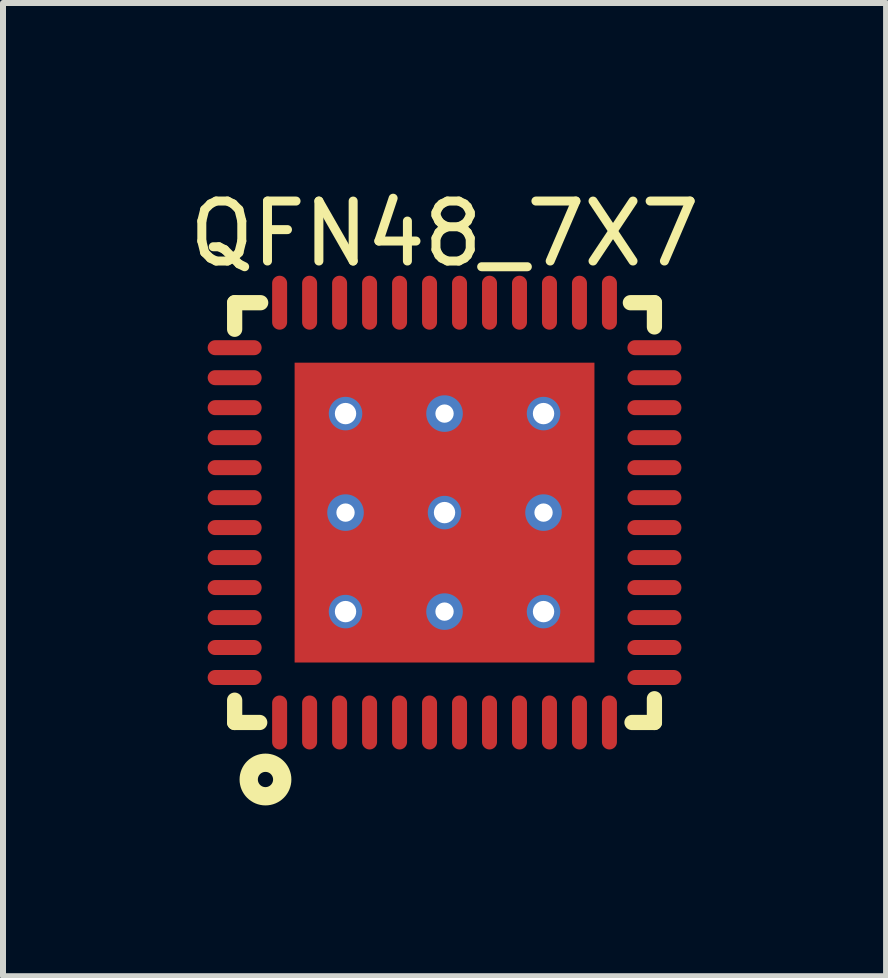
<source format=kicad_pcb>
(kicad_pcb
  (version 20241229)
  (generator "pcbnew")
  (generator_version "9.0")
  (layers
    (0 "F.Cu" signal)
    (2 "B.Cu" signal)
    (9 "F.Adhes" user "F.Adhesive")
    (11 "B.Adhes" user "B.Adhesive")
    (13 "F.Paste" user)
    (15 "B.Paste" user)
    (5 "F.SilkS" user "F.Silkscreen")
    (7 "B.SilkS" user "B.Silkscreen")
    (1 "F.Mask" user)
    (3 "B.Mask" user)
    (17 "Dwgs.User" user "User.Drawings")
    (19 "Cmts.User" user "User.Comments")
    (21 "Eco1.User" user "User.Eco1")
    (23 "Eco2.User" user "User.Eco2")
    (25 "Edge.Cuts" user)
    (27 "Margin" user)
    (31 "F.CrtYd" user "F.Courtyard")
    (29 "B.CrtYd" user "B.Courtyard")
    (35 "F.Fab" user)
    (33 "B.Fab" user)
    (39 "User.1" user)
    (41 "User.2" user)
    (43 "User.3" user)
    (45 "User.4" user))
  (footprint "QFN48_7X7"
    (layer "F.Cu")
    (at 4.363 5.498)
    (property "Reference" "QFN48_7X7" (at 0 -4.65 0) (layer "F.SilkS") (effects (font (size 1 1) (thickness 0.15))))
    (fp_line (start -3.5 -3.5) (end -3.066 -3.5) (stroke (width 0.254) (type solid)) (layer "F.SilkS"))
    (fp_line (start -3.5 -3.057) (end -3.5 -3.5) (stroke (width 0.254) (type solid)) (layer "F.SilkS"))
    (fp_line (start -3.5 3.5) (end -3.5 3.128) (stroke (width 0.254) (type solid)) (layer "F.SilkS"))
    (fp_line (start -3.5 3.5) (end -3.082 3.5) (stroke (width 0.254) (type solid)) (layer "F.SilkS"))
    (fp_line (start 3.099 -3.5) (end 3.5 -3.5) (stroke (width 0.254) (type solid)) (layer "F.SilkS"))
    (fp_line (start 3.126 3.5) (end 3.5 3.5) (stroke (width 0.254) (type solid)) (layer "F.SilkS"))
    (fp_line (start 3.5 -3.096) (end 3.5 -3.5) (stroke (width 0.254) (type solid)) (layer "F.SilkS"))
    (fp_line (start 3.5 3.5) (end 3.5 3.104) (stroke (width 0.254) (type solid)) (layer "F.SilkS"))
    (fp_circle (center -2.986 4.451) (end -2.986 4.324) (stroke (width 0.305) (type solid)) (fill no) (layer "F.SilkS"))
    (pad "0" thru_hole circle (at -1.651 -1.651 270) (size 0.559 0.559) (drill 0.356) (layers "*.Cu" "*.Mask"))
    (pad "0" thru_hole circle (at -1.651 0) (size 0.61 0.61) (drill 0.305) (layers "*.Cu"))
    (pad "0" thru_hole circle (at -1.651 1.651 90) (size 0.559 0.559) (drill 0.356) (layers "*.Cu" "*.Mask"))
    (pad "0" thru_hole circle (at 0 -1.651) (size 0.61 0.61) (drill 0.305) (layers "*.Cu"))
    (pad "0" thru_hole circle (at 0 0 270) (size 0.559 0.559) (drill 0.356) (layers "*.Cu" "*.Mask"))
    (pad "0" smd rect (at 0 0 270) (size 5 5) (layers "F.Cu" "F.Mask" "F.Paste"))
    (pad "0" thru_hole circle (at 0 1.651) (size 0.61 0.61) (drill 0.305) (layers "*.Cu"))
    (pad "0" thru_hole circle (at 1.651 -1.651 270) (size 0.559 0.559) (drill 0.356) (layers "*.Cu" "*.Mask"))
    (pad "0" thru_hole circle (at 1.651 0) (size 0.61 0.61) (drill 0.305) (layers "*.Cu"))
    (pad "0" thru_hole circle (at 1.651 1.651 90) (size 0.559 0.559) (drill 0.356) (layers "*.Cu" "*.Mask"))
    (pad "1" smd oval (at -2.75 3.5 270) (size 0.9 0.25) (layers "F.Cu" "F.Mask" "F.Paste"))
    (pad "2" smd oval (at -2.25 3.5 270) (size 0.9 0.25) (layers "F.Cu" "F.Mask" "F.Paste"))
    (pad "3" smd oval (at -1.75 3.5 270) (size 0.9 0.25) (layers "F.Cu" "F.Mask" "F.Paste"))
    (pad "4" smd oval (at -1.25 3.5 270) (size 0.9 0.25) (layers "F.Cu" "F.Mask" "F.Paste"))
    (pad "5" smd oval (at -0.75 3.5 270) (size 0.9 0.25) (layers "F.Cu" "F.Mask" "F.Paste"))
    (pad "6" smd oval (at -0.25 3.5 270) (size 0.9 0.25) (layers "F.Cu" "F.Mask" "F.Paste"))
    (pad "7" smd oval (at 0.25 3.5 270) (size 0.9 0.25) (layers "F.Cu" "F.Mask" "F.Paste"))
    (pad "8" smd oval (at 0.75 3.5 270) (size 0.9 0.25) (layers "F.Cu" "F.Mask" "F.Paste"))
    (pad "9" smd oval (at 1.25 3.5 270) (size 0.9 0.25) (layers "F.Cu" "F.Mask" "F.Paste"))
    (pad "10" smd oval (at 1.75 3.5 270) (size 0.9 0.25) (layers "F.Cu" "F.Mask" "F.Paste"))
    (pad "11" smd oval (at 2.25 3.5 270) (size 0.9 0.25) (layers "F.Cu" "F.Mask" "F.Paste"))
    (pad "12" smd oval (at 2.75 3.5 270) (size 0.9 0.25) (layers "F.Cu" "F.Mask" "F.Paste"))
    (pad "13" smd oval (at 3.5 2.75) (size 0.9 0.25) (layers "F.Cu" "F.Mask" "F.Paste"))
    (pad "14" smd oval (at 3.5 2.25) (size 0.9 0.25) (layers "F.Cu" "F.Mask" "F.Paste"))
    (pad "15" smd oval (at 3.5 1.75) (size 0.9 0.25) (layers "F.Cu" "F.Mask" "F.Paste"))
    (pad "16" smd oval (at 3.5 1.25) (size 0.9 0.25) (layers "F.Cu" "F.Mask" "F.Paste"))
    (pad "17" smd oval (at 3.5 0.75) (size 0.9 0.25) (layers "F.Cu" "F.Mask" "F.Paste"))
    (pad "18" smd oval (at 3.5 0.25) (size 0.9 0.25) (layers "F.Cu" "F.Mask" "F.Paste"))
    (pad "19" smd oval (at 3.5 -0.25) (size 0.9 0.25) (layers "F.Cu" "F.Mask" "F.Paste"))
    (pad "20" smd oval (at 3.5 -0.75) (size 0.9 0.25) (layers "F.Cu" "F.Mask" "F.Paste"))
    (pad "21" smd oval (at 3.5 -1.25) (size 0.9 0.25) (layers "F.Cu" "F.Mask" "F.Paste"))
    (pad "22" smd oval (at 3.5 -1.75) (size 0.9 0.25) (layers "F.Cu" "F.Mask" "F.Paste"))
    (pad "23" smd oval (at 3.5 -2.25) (size 0.9 0.25) (layers "F.Cu" "F.Mask" "F.Paste"))
    (pad "24" smd oval (at 3.5 -2.75) (size 0.9 0.25) (layers "F.Cu" "F.Mask" "F.Paste"))
    (pad "25" smd oval (at 2.75 -3.5 90) (size 0.9 0.25) (layers "F.Cu" "F.Mask" "F.Paste"))
    (pad "26" smd oval (at 2.25 -3.5 90) (size 0.9 0.25) (layers "F.Cu" "F.Mask" "F.Paste"))
    (pad "27" smd oval (at 1.75 -3.5 90) (size 0.9 0.25) (layers "F.Cu" "F.Mask" "F.Paste"))
    (pad "28" smd oval (at 1.25 -3.5 90) (size 0.9 0.25) (layers "F.Cu" "F.Mask" "F.Paste"))
    (pad "29" smd oval (at 0.75 -3.5 90) (size 0.9 0.25) (layers "F.Cu" "F.Mask" "F.Paste"))
    (pad "30" smd oval (at 0.25 -3.5 90) (size 0.9 0.25) (layers "F.Cu" "F.Mask" "F.Paste"))
    (pad "31" smd oval (at -0.25 -3.5 90) (size 0.9 0.25) (layers "F.Cu" "F.Mask" "F.Paste"))
    (pad "32" smd oval (at -0.75 -3.5 90) (size 0.9 0.25) (layers "F.Cu" "F.Mask" "F.Paste"))
    (pad "33" smd oval (at -1.25 -3.5 90) (size 0.9 0.25) (layers "F.Cu" "F.Mask" "F.Paste"))
    (pad "34" smd oval (at -1.75 -3.5 90) (size 0.9 0.25) (layers "F.Cu" "F.Mask" "F.Paste"))
    (pad "35" smd oval (at -2.25 -3.5 90) (size 0.9 0.25) (layers "F.Cu" "F.Mask" "F.Paste"))
    (pad "36" smd oval (at -2.75 -3.5 90) (size 0.9 0.25) (layers "F.Cu" "F.Mask" "F.Paste"))
    (pad "37" smd oval (at -3.5 -2.75 180) (size 0.9 0.25) (layers "F.Cu" "F.Mask" "F.Paste"))
    (pad "38" smd oval (at -3.5 -2.25 180) (size 0.9 0.25) (layers "F.Cu" "F.Mask" "F.Paste"))
    (pad "39" smd oval (at -3.5 -1.75 180) (size 0.9 0.25) (layers "F.Cu" "F.Mask" "F.Paste"))
    (pad "40" smd oval (at -3.5 -1.25 180) (size 0.9 0.25) (layers "F.Cu" "F.Mask" "F.Paste"))
    (pad "41" smd oval (at -3.5 -0.75 180) (size 0.9 0.25) (layers "F.Cu" "F.Mask" "F.Paste"))
    (pad "42" smd oval (at -3.5 -0.25 180) (size 0.9 0.25) (layers "F.Cu" "F.Mask" "F.Paste"))
    (pad "43" smd oval (at -3.5 0.25 180) (size 0.9 0.25) (layers "F.Cu" "F.Mask" "F.Paste"))
    (pad "44" smd oval (at -3.5 0.75 180) (size 0.9 0.25) (layers "F.Cu" "F.Mask" "F.Paste"))
    (pad "45" smd oval (at -3.5 1.25 180) (size 0.9 0.25) (layers "F.Cu" "F.Mask" "F.Paste"))
    (pad "46" smd oval (at -3.5 1.75 180) (size 0.9 0.25) (layers "F.Cu" "F.Mask" "F.Paste"))
    (pad "47" smd oval (at -3.5 2.25 180) (size 0.9 0.25) (layers "F.Cu" "F.Mask" "F.Paste"))
    (pad "48" smd oval (at -3.5 2.75 180) (size 0.9 0.25) (layers "F.Cu" "F.Mask" "F.Paste")))
  (gr_rect
    (start -3 -3)
    (end 11.726 13.229)
    (stroke (width 0.1) (type default))
    (fill no)
    (layer "Edge.Cuts")))
</source>
